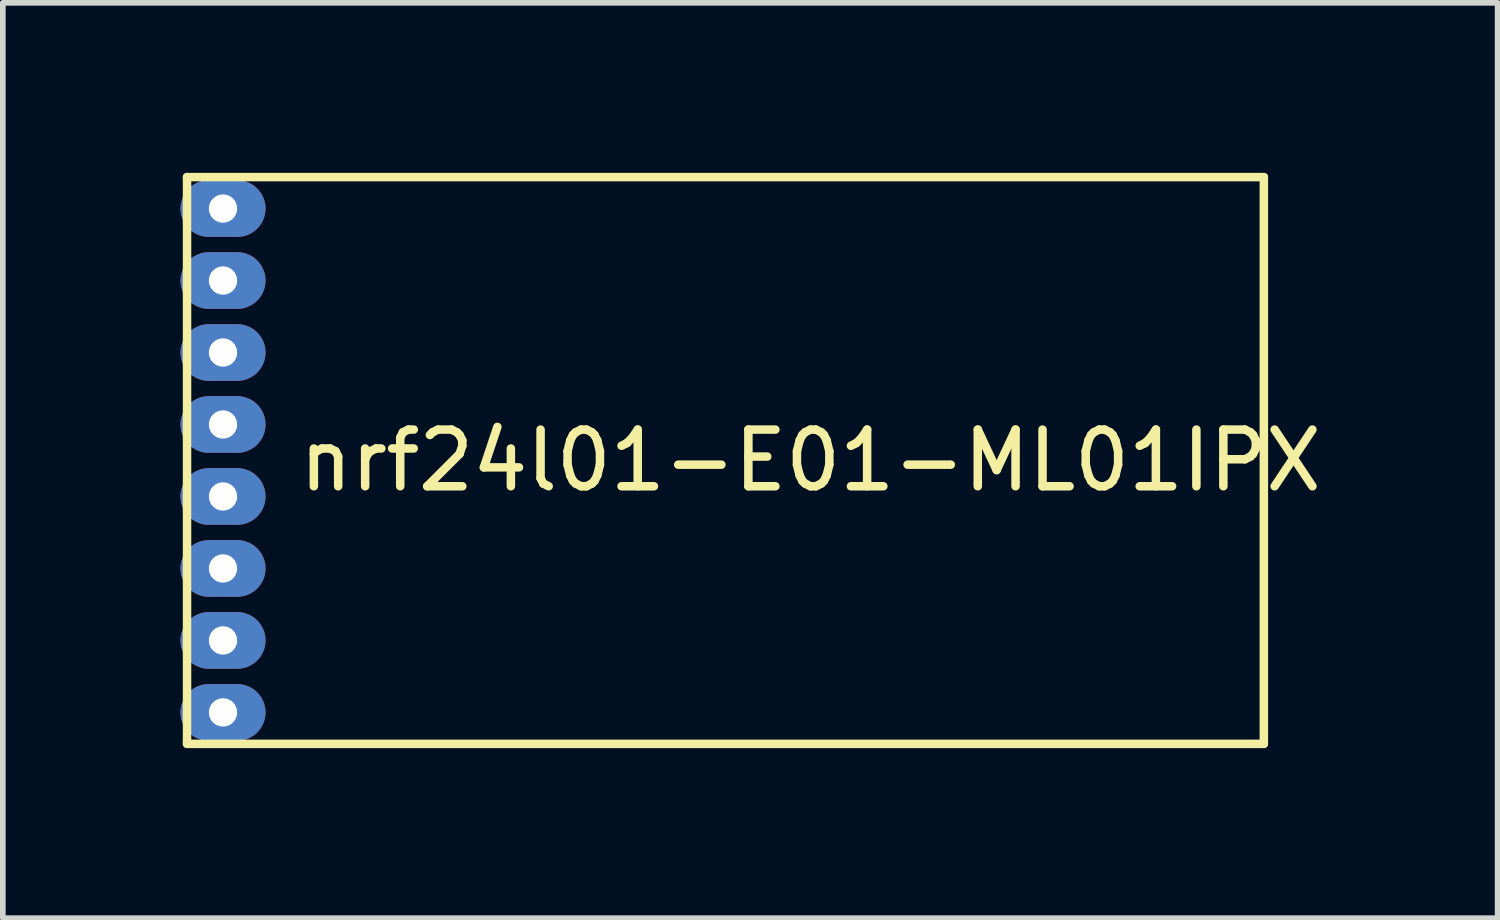
<source format=kicad_pcb>
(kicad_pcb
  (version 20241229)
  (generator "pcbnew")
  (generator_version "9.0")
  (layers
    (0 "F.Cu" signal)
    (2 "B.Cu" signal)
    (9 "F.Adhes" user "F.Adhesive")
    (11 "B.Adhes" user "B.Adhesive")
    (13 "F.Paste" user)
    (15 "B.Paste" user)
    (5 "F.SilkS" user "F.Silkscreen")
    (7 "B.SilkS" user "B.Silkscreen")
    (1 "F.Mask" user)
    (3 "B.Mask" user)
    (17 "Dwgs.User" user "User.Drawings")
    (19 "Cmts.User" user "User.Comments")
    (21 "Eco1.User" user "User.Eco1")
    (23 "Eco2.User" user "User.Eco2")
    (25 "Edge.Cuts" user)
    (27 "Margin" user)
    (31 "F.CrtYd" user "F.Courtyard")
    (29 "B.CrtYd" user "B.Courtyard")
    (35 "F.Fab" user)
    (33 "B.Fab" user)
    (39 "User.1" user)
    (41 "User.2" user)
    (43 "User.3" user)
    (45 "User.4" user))
  (footprint "nrf24l01-E01-ML01IPX"
    (layer "F.Cu")
    (at 0.25 5.075)
    (property "Reference" "nrf24l01-E01-ML01IPX" (at 11 0 0) (layer "F.SilkS") (effects (font (size 1 1) (thickness 0.15))))
    (attr through_hole)
    (fp_line (start 0 -5) (end 0 5) (stroke (width 0.15) (type solid)) (layer "F.SilkS"))
    (fp_line (start 0 5) (end 19 5) (stroke (width 0.15) (type solid)) (layer "F.SilkS"))
    (fp_line (start 19 -5) (end 0 -5) (stroke (width 0.15) (type solid)) (layer "F.SilkS"))
    (fp_line (start 19 5) (end 19 -5) (stroke (width 0.15) (type solid)) (layer "F.SilkS"))
    (pad "1" thru_hole oval (at 0.635 -4.445 90) (size 1 1.5) (drill 0.5) (layers "*.Cu" "*.Mask"))
    (pad "2" thru_hole oval (at 0.635 -3.175 90) (size 1 1.5) (drill 0.5) (layers "*.Cu" "*.Mask"))
    (pad "3" thru_hole oval (at 0.635 -1.905 90) (size 1 1.5) (drill 0.5) (layers "*.Cu" "*.Mask"))
    (pad "4" thru_hole oval (at 0.635 -0.635 90) (size 1 1.5) (drill 0.5) (layers "*.Cu" "*.Mask"))
    (pad "5" thru_hole oval (at 0.635 0.635 90) (size 1 1.5) (drill 0.5) (layers "*.Cu" "*.Mask"))
    (pad "6" thru_hole oval (at 0.635 1.905 90) (size 1 1.5) (drill 0.5) (layers "*.Cu" "*.Mask"))
    (pad "7" thru_hole oval (at 0.635 3.175 90) (size 1 1.5) (drill 0.5) (layers "*.Cu" "*.Mask"))
    (pad "8" thru_hole oval (at 0.635 4.445 90) (size 1 1.5) (drill 0.5) (layers "*.Cu" "*.Mask")))
  (gr_rect
    (start -3 -3)
    (end 23.375 13.15)
    (stroke (width 0.1) (type default))
    (fill no)
    (layer "Edge.Cuts")))
</source>
